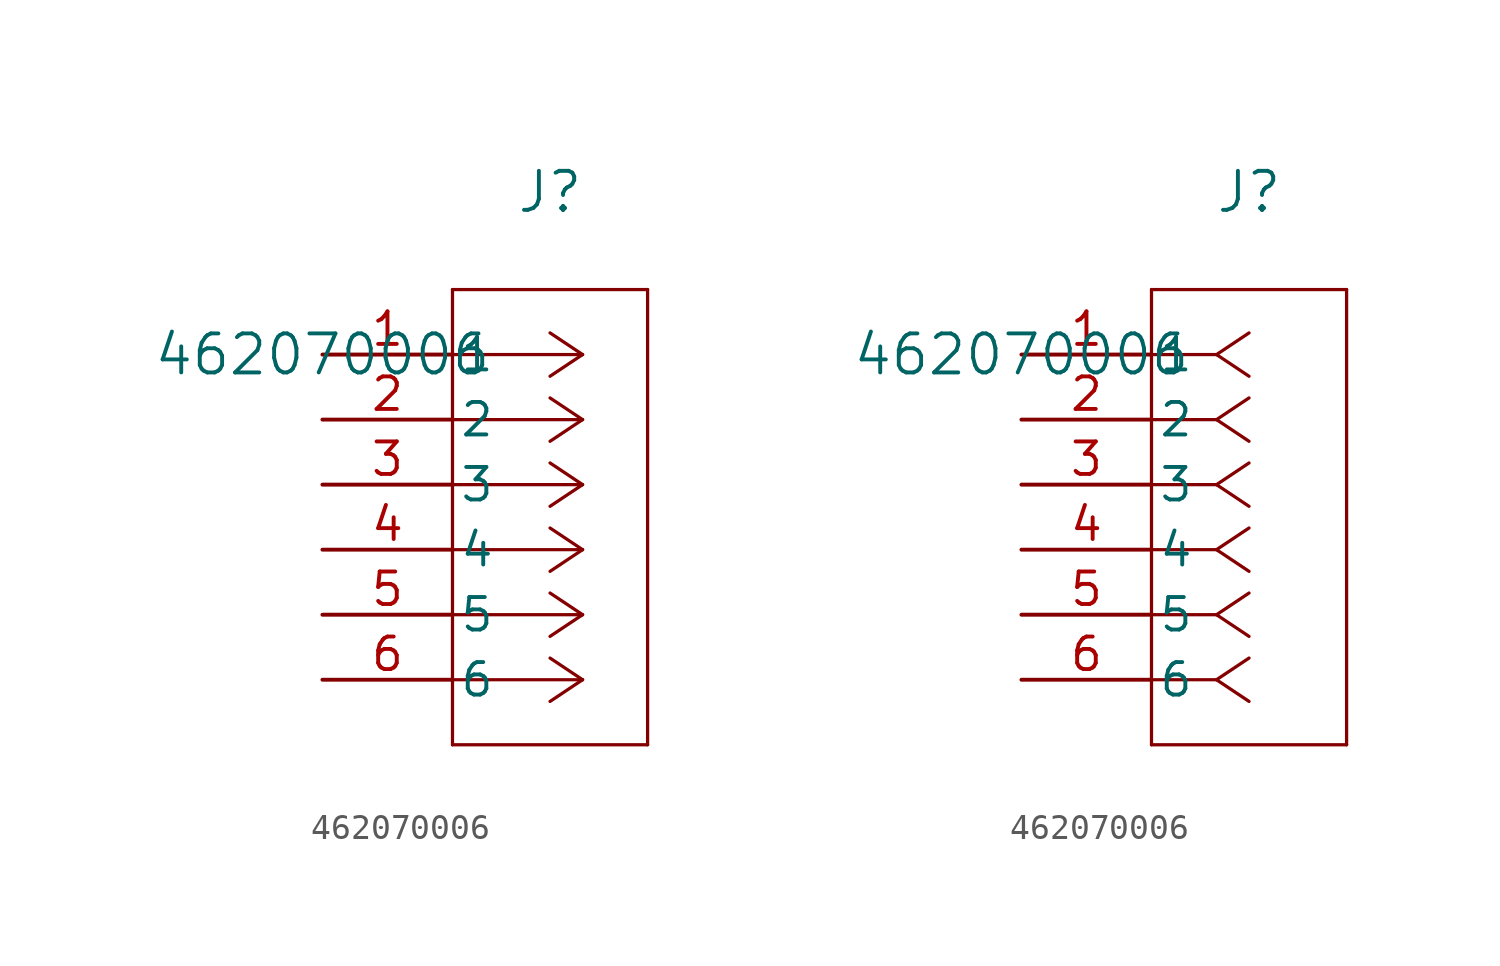
<source format=kicad_sym>
(kicad_symbol_lib
  (version 20211014)
  (generator kicad_symbol_editor)
  (symbol "462070006"
    (pin_names
      (offset 0.254))
    (property "Reference" "J"
      (at 8.89 6.35 0)
      (effects (font (size 1.524 1.524))))
    (property "Value" "462070006"
      (at 0 0 0)
      (effects (font (size 1.524 1.524))))
    (symbol "462070006_1_1"
      (polyline (pts (xy 10.16 0) (xy 5.08 0)) (stroke (width 0.127) (type default) (color 0 0 0 0)) (fill (type none)))
      (polyline (pts (xy 10.16 -2.54) (xy 5.08 -2.54)) (stroke (width 0.127) (type default) (color 0 0 0 0)) (fill (type none)))
      (polyline (pts (xy 10.16 -5.08) (xy 5.08 -5.08)) (stroke (width 0.127) (type default) (color 0 0 0 0)) (fill (type none)))
      (polyline (pts (xy 10.16 -7.62) (xy 5.08 -7.62)) (stroke (width 0.127) (type default) (color 0 0 0 0)) (fill (type none)))
      (polyline (pts (xy 10.16 -10.16) (xy 5.08 -10.16)) (stroke (width 0.127) (type default) (color 0 0 0 0)) (fill (type none)))
      (polyline (pts (xy 10.16 -12.7) (xy 5.08 -12.7)) (stroke (width 0.127) (type default) (color 0 0 0 0)) (fill (type none)))
      (polyline (pts (xy 10.16 0) (xy 8.89 0.847)) (stroke (width 0.127) (type default) (color 0 0 0 0)) (fill (type none)))
      (polyline (pts (xy 10.16 -2.54) (xy 8.89 -1.693)) (stroke (width 0.127) (type default) (color 0 0 0 0)) (fill (type none)))
      (polyline (pts (xy 10.16 -5.08) (xy 8.89 -4.233)) (stroke (width 0.127) (type default) (color 0 0 0 0)) (fill (type none)))
      (polyline (pts (xy 10.16 -7.62) (xy 8.89 -6.773)) (stroke (width 0.127) (type default) (color 0 0 0 0)) (fill (type none)))
      (polyline (pts (xy 10.16 -10.16) (xy 8.89 -9.313)) (stroke (width 0.127) (type default) (color 0 0 0 0)) (fill (type none)))
      (polyline (pts (xy 10.16 -12.7) (xy 8.89 -11.853)) (stroke (width 0.127) (type default) (color 0 0 0 0)) (fill (type none)))
      (polyline (pts (xy 10.16 0) (xy 8.89 -0.847)) (stroke (width 0.127) (type default) (color 0 0 0 0)) (fill (type none)))
      (polyline (pts (xy 10.16 -2.54) (xy 8.89 -3.387)) (stroke (width 0.127) (type default) (color 0 0 0 0)) (fill (type none)))
      (polyline (pts (xy 10.16 -5.08) (xy 8.89 -5.927)) (stroke (width 0.127) (type default) (color 0 0 0 0)) (fill (type none)))
      (polyline (pts (xy 10.16 -7.62) (xy 8.89 -8.467)) (stroke (width 0.127) (type default) (color 0 0 0 0)) (fill (type none)))
      (polyline (pts (xy 10.16 -10.16) (xy 8.89 -11.007)) (stroke (width 0.127) (type default) (color 0 0 0 0)) (fill (type none)))
      (polyline (pts (xy 10.16 -12.7) (xy 8.89 -13.547)) (stroke (width 0.127) (type default) (color 0 0 0 0)) (fill (type none)))
      (polyline (pts (xy 5.08 2.54) (xy 5.08 -15.24)) (stroke (width 0.127) (type default) (color 0 0 0 0)) (fill (type none)))
      (polyline (pts (xy 5.08 -15.24) (xy 12.7 -15.24)) (stroke (width 0.127) (type default) (color 0 0 0 0)) (fill (type none)))
      (polyline (pts (xy 12.7 -15.24) (xy 12.7 2.54)) (stroke (width 0.127) (type default) (color 0 0 0 0)) (fill (type none)))
      (polyline (pts (xy 12.7 2.54) (xy 5.08 2.54)) (stroke (width 0.127) (type default) (color 0 0 0 0)) (fill (type none)))
      (pin unspecified line (at 0 0 0) (length 5.08) (name "1" (effects (font (size 1.27 1.27)))) (number "1" (effects (font (size 1.27 1.27)))))
      (pin unspecified line (at 0 -2.54 0) (length 5.08) (name "2" (effects (font (size 1.27 1.27)))) (number "2" (effects (font (size 1.27 1.27)))))
      (pin unspecified line (at 0 -5.08 0) (length 5.08) (name "3" (effects (font (size 1.27 1.27)))) (number "3" (effects (font (size 1.27 1.27)))))
      (pin unspecified line (at 0 -7.62 0) (length 5.08) (name "4" (effects (font (size 1.27 1.27)))) (number "4" (effects (font (size 1.27 1.27)))))
      (pin unspecified line (at 0 -10.16 0) (length 5.08) (name "5" (effects (font (size 1.27 1.27)))) (number "5" (effects (font (size 1.27 1.27)))))
      (pin unspecified line (at 0 -12.7 0) (length 5.08) (name "6" (effects (font (size 1.27 1.27)))) (number "6" (effects (font (size 1.27 1.27))))))
    (symbol "462070006_1_2"
      (polyline (pts (xy 7.62 0) (xy 5.08 0)) (stroke (width 0.127) (type default) (color 0 0 0 0)) (fill (type none)))
      (polyline (pts (xy 7.62 -2.54) (xy 5.08 -2.54)) (stroke (width 0.127) (type default) (color 0 0 0 0)) (fill (type none)))
      (polyline (pts (xy 7.62 -5.08) (xy 5.08 -5.08)) (stroke (width 0.127) (type default) (color 0 0 0 0)) (fill (type none)))
      (polyline (pts (xy 7.62 -7.62) (xy 5.08 -7.62)) (stroke (width 0.127) (type default) (color 0 0 0 0)) (fill (type none)))
      (polyline (pts (xy 7.62 -10.16) (xy 5.08 -10.16)) (stroke (width 0.127) (type default) (color 0 0 0 0)) (fill (type none)))
      (polyline (pts (xy 7.62 -12.7) (xy 5.08 -12.7)) (stroke (width 0.127) (type default) (color 0 0 0 0)) (fill (type none)))
      (polyline (pts (xy 7.62 0) (xy 8.89 0.847)) (stroke (width 0.127) (type default) (color 0 0 0 0)) (fill (type none)))
      (polyline (pts (xy 7.62 -2.54) (xy 8.89 -1.693)) (stroke (width 0.127) (type default) (color 0 0 0 0)) (fill (type none)))
      (polyline (pts (xy 7.62 -5.08) (xy 8.89 -4.233)) (stroke (width 0.127) (type default) (color 0 0 0 0)) (fill (type none)))
      (polyline (pts (xy 7.62 -7.62) (xy 8.89 -6.773)) (stroke (width 0.127) (type default) (color 0 0 0 0)) (fill (type none)))
      (polyline (pts (xy 7.62 -10.16) (xy 8.89 -9.313)) (stroke (width 0.127) (type default) (color 0 0 0 0)) (fill (type none)))
      (polyline (pts (xy 7.62 -12.7) (xy 8.89 -11.853)) (stroke (width 0.127) (type default) (color 0 0 0 0)) (fill (type none)))
      (polyline (pts (xy 7.62 0) (xy 8.89 -0.847)) (stroke (width 0.127) (type default) (color 0 0 0 0)) (fill (type none)))
      (polyline (pts (xy 7.62 -2.54) (xy 8.89 -3.387)) (stroke (width 0.127) (type default) (color 0 0 0 0)) (fill (type none)))
      (polyline (pts (xy 7.62 -5.08) (xy 8.89 -5.927)) (stroke (width 0.127) (type default) (color 0 0 0 0)) (fill (type none)))
      (polyline (pts (xy 7.62 -7.62) (xy 8.89 -8.467)) (stroke (width 0.127) (type default) (color 0 0 0 0)) (fill (type none)))
      (polyline (pts (xy 7.62 -10.16) (xy 8.89 -11.007)) (stroke (width 0.127) (type default) (color 0 0 0 0)) (fill (type none)))
      (polyline (pts (xy 7.62 -12.7) (xy 8.89 -13.547)) (stroke (width 0.127) (type default) (color 0 0 0 0)) (fill (type none)))
      (polyline (pts (xy 5.08 2.54) (xy 5.08 -15.24)) (stroke (width 0.127) (type default) (color 0 0 0 0)) (fill (type none)))
      (polyline (pts (xy 5.08 -15.24) (xy 12.7 -15.24)) (stroke (width 0.127) (type default) (color 0 0 0 0)) (fill (type none)))
      (polyline (pts (xy 12.7 -15.24) (xy 12.7 2.54)) (stroke (width 0.127) (type default) (color 0 0 0 0)) (fill (type none)))
      (polyline (pts (xy 12.7 2.54) (xy 5.08 2.54)) (stroke (width 0.127) (type default) (color 0 0 0 0)) (fill (type none)))
      (pin unspecified line (at 0 0 0) (length 5.08) (name "1" (effects (font (size 1.27 1.27)))) (number "1" (effects (font (size 1.27 1.27)))))
      (pin unspecified line (at 0 -2.54 0) (length 5.08) (name "2" (effects (font (size 1.27 1.27)))) (number "2" (effects (font (size 1.27 1.27)))))
      (pin unspecified line (at 0 -5.08 0) (length 5.08) (name "3" (effects (font (size 1.27 1.27)))) (number "3" (effects (font (size 1.27 1.27)))))
      (pin unspecified line (at 0 -7.62 0) (length 5.08) (name "4" (effects (font (size 1.27 1.27)))) (number "4" (effects (font (size 1.27 1.27)))))
      (pin unspecified line (at 0 -10.16 0) (length 5.08) (name "5" (effects (font (size 1.27 1.27)))) (number "5" (effects (font (size 1.27 1.27)))))
      (pin unspecified line (at 0 -12.7 0) (length 5.08) (name "6" (effects (font (size 1.27 1.27)))) (number "6" (effects (font (size 1.27 1.27))))))))
</source>
